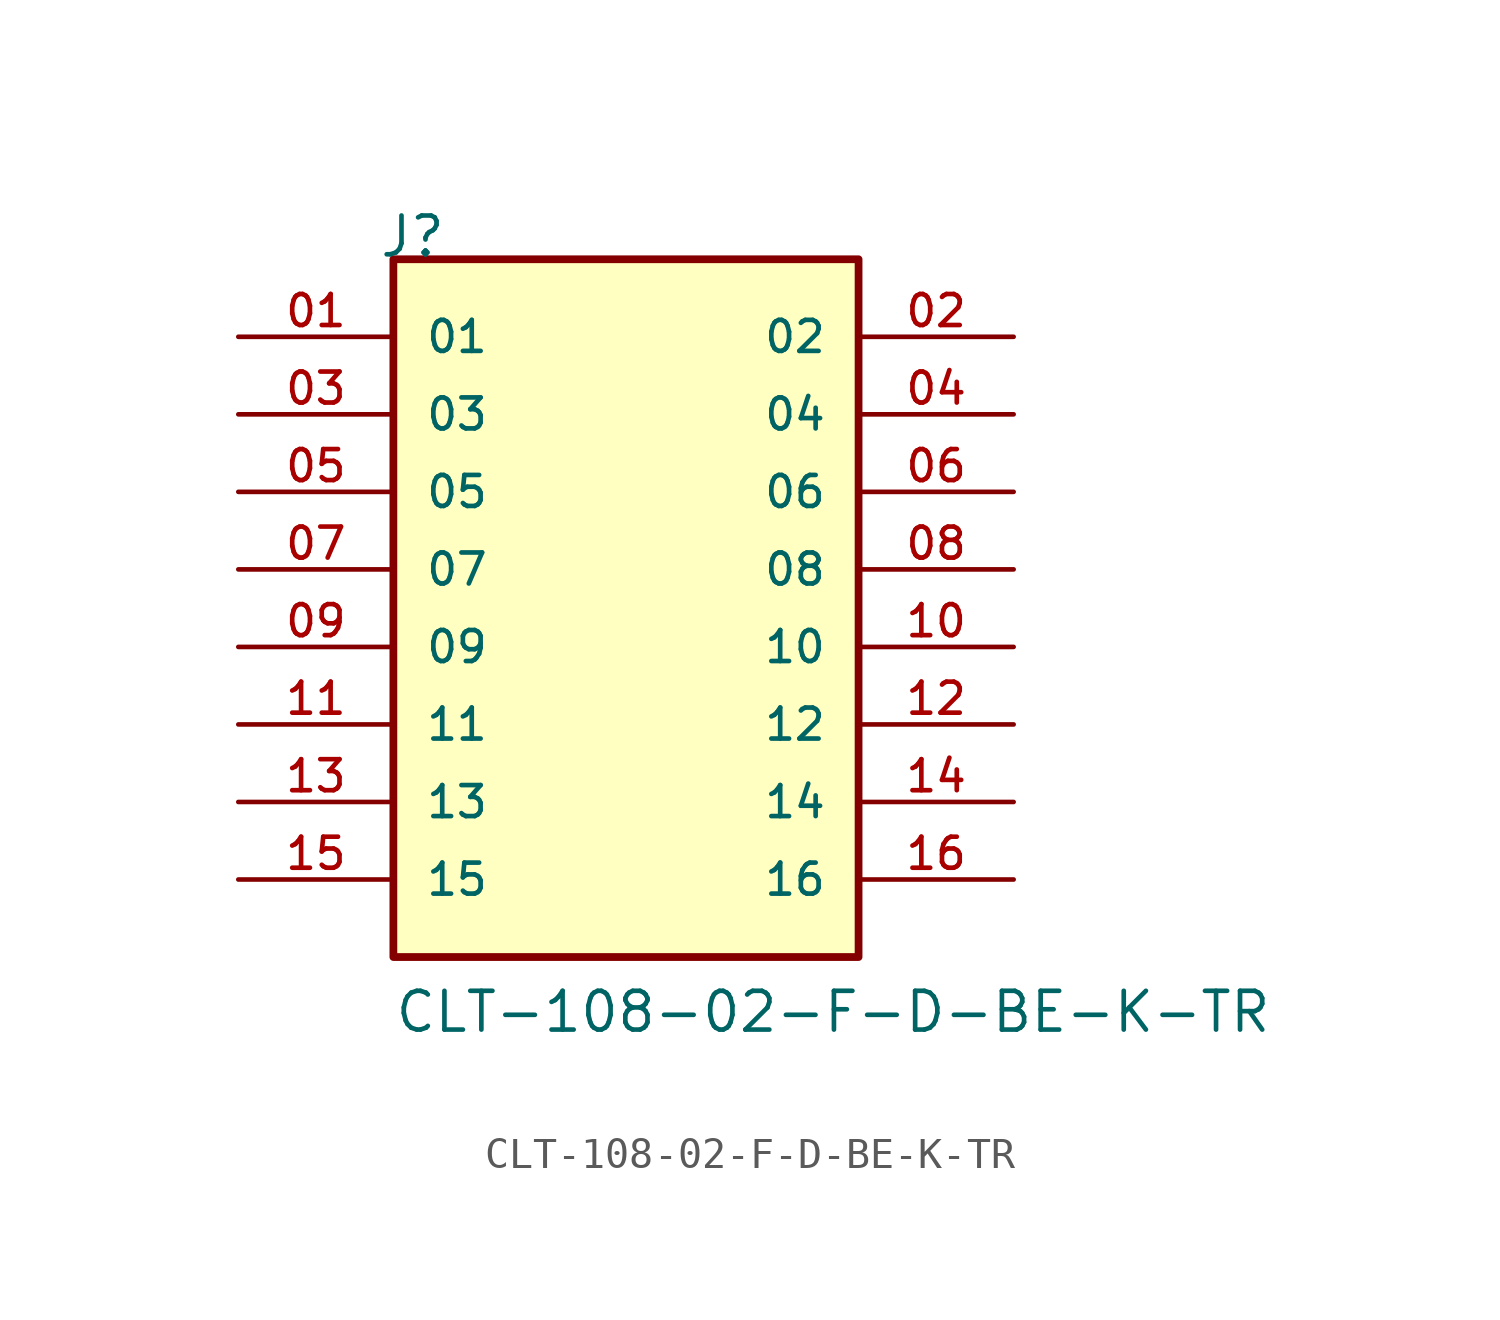
<source format=kicad_sym>
(kicad_symbol_lib
  (version 20241209)
  (generator "kicad_symbol_editor")
  (generator_version "9.0")
  (symbol "CLT-108-02-F-D-BE-K-TR"
    (pin_names
      (offset 1.016))
    (property "Reference" "J"
      (at -8.12 12.7 0)
      (effects (font (size 1.27 1.27)) (justify left bottom)))
    (property "Value" "CLT-108-02-F-D-BE-K-TR"
      (at -7.62 -12.7 0)
      (effects (font (size 1.27 1.27)) (justify left bottom)))
    (symbol "CLT-108-02-F-D-BE-K-TR_0_0"
      (rectangle (start -7.62 -10.16) (end 7.62 12.7) (stroke (width 0.254) (type default)) (fill (type background)))
      (pin passive line (at -12.7 10.16 0) (length 5.08) (name "01" (effects (font (size 1.016 1.016)))) (number "01" (effects (font (size 1.016 1.016)))))
      (pin passive line (at -12.7 7.62 0) (length 5.08) (name "03" (effects (font (size 1.016 1.016)))) (number "03" (effects (font (size 1.016 1.016)))))
      (pin passive line (at -12.7 5.08 0) (length 5.08) (name "05" (effects (font (size 1.016 1.016)))) (number "05" (effects (font (size 1.016 1.016)))))
      (pin passive line (at -12.7 2.54 0) (length 5.08) (name "07" (effects (font (size 1.016 1.016)))) (number "07" (effects (font (size 1.016 1.016)))))
      (pin passive line (at -12.7 0 0) (length 5.08) (name "09" (effects (font (size 1.016 1.016)))) (number "09" (effects (font (size 1.016 1.016)))))
      (pin passive line (at -12.7 -2.54 0) (length 5.08) (name "11" (effects (font (size 1.016 1.016)))) (number "11" (effects (font (size 1.016 1.016)))))
      (pin passive line (at -12.7 -5.08 0) (length 5.08) (name "13" (effects (font (size 1.016 1.016)))) (number "13" (effects (font (size 1.016 1.016)))))
      (pin passive line (at -12.7 -7.62 0) (length 5.08) (name "15" (effects (font (size 1.016 1.016)))) (number "15" (effects (font (size 1.016 1.016)))))
      (pin passive line (at 12.7 10.16 180) (length 5.08) (name "02" (effects (font (size 1.016 1.016)))) (number "02" (effects (font (size 1.016 1.016)))))
      (pin passive line (at 12.7 7.62 180) (length 5.08) (name "04" (effects (font (size 1.016 1.016)))) (number "04" (effects (font (size 1.016 1.016)))))
      (pin passive line (at 12.7 5.08 180) (length 5.08) (name "06" (effects (font (size 1.016 1.016)))) (number "06" (effects (font (size 1.016 1.016)))))
      (pin passive line (at 12.7 2.54 180) (length 5.08) (name "08" (effects (font (size 1.016 1.016)))) (number "08" (effects (font (size 1.016 1.016)))))
      (pin passive line (at 12.7 0 180) (length 5.08) (name "10" (effects (font (size 1.016 1.016)))) (number "10" (effects (font (size 1.016 1.016)))))
      (pin passive line (at 12.7 -2.54 180) (length 5.08) (name "12" (effects (font (size 1.016 1.016)))) (number "12" (effects (font (size 1.016 1.016)))))
      (pin passive line (at 12.7 -5.08 180) (length 5.08) (name "14" (effects (font (size 1.016 1.016)))) (number "14" (effects (font (size 1.016 1.016)))))
      (pin passive line (at 12.7 -7.62 180) (length 5.08) (name "16" (effects (font (size 1.016 1.016)))) (number "16" (effects (font (size 1.016 1.016))))))))
</source>
